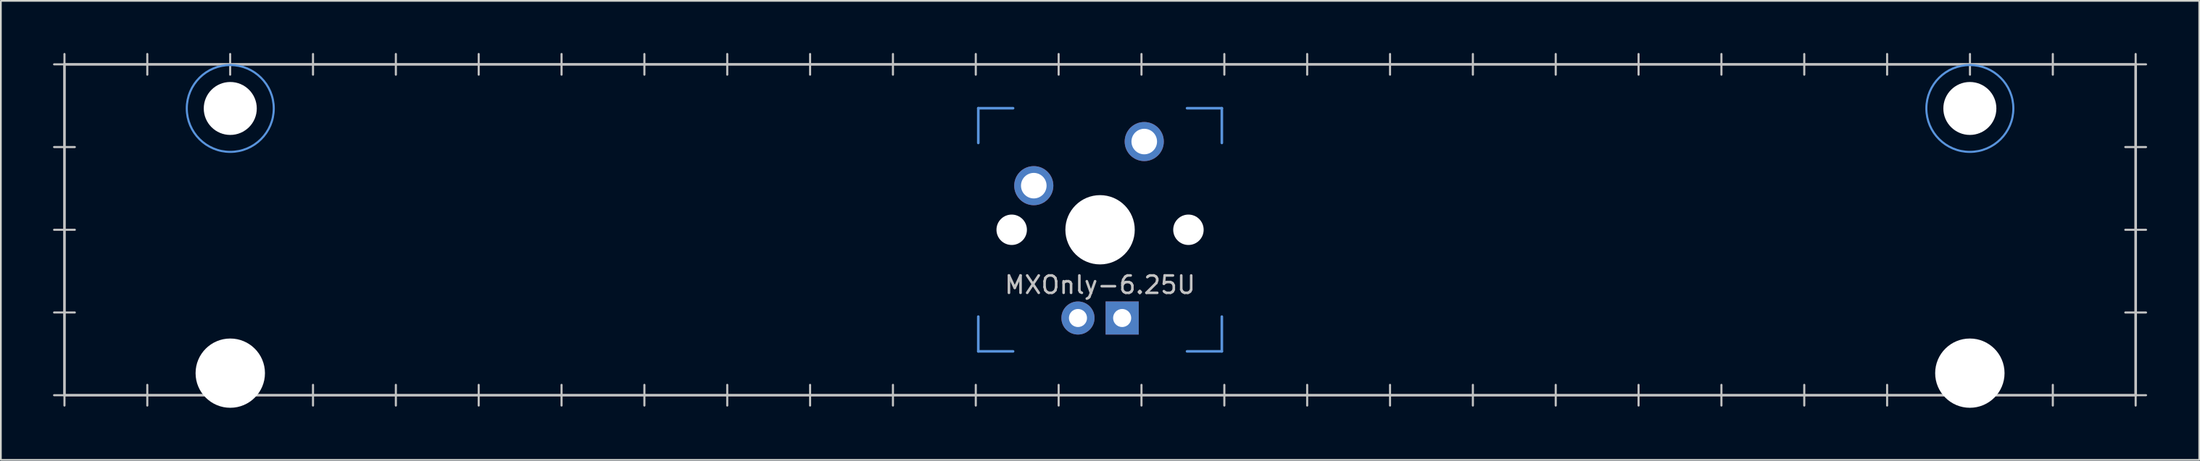
<source format=kicad_pcb>
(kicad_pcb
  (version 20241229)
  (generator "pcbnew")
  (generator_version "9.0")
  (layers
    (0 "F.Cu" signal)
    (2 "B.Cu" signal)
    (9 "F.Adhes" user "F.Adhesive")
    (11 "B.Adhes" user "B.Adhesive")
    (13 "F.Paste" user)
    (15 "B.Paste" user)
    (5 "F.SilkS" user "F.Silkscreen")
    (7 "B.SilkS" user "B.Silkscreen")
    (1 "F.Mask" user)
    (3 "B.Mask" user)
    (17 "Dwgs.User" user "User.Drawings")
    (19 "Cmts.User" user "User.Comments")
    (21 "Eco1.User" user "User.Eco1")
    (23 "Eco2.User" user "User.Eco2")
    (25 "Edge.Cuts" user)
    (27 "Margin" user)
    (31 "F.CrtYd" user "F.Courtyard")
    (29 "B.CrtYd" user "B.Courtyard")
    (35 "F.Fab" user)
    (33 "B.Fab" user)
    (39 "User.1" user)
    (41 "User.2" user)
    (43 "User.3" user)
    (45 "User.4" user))
  (footprint "MXOnly-6.25U"
    (layer "F.Cu")
    (at 60.187 10.18)
    (property "Reference" "MXOnly-6.25U" (at 0 3.175 0) (layer "Dwgs.User") (effects (font (size 1 1) (thickness 0.15))))
    (attr through_hole)
    (fp_line (start -60.127 -9.525) (end -59.531 -9.525) (stroke (width 0.12) (type solid)) (layer "Dwgs.User"))
    (fp_line (start -60.127 -0.000008) (end -58.936 -0.000008) (stroke (width 0.12) (type solid)) (layer "Dwgs.User"))
    (fp_line (start -60.127 4.762) (end -58.936 4.762) (stroke (width 0.12) (type solid)) (layer "Dwgs.User"))
    (fp_line (start -60.127 9.525) (end -59.531 9.525) (stroke (width 0.12) (type solid)) (layer "Dwgs.User"))
    (fp_line (start -59.531 10.12) (end -59.531 9.525) (stroke (width 0.12) (type solid)) (layer "Dwgs.User"))
    (fp_line (start -59.531 -10.12) (end -59.531 -9.525) (stroke (width 0.12) (type solid)) (layer "Dwgs.User"))
    (fp_line (start -59.531 -9.525) (end 59.531 -9.525) (stroke (width 0.15) (type solid)) (layer "Dwgs.User"))
    (fp_line (start -59.531 9.525) (end -59.531 -9.525) (stroke (width 0.15) (type solid)) (layer "Dwgs.User"))
    (fp_line (start -59.531 9.525) (end 59.531 9.525) (stroke (width 0.15) (type solid)) (layer "Dwgs.User"))
    (fp_line (start -58.936 -4.763) (end -60.127 -4.763) (stroke (width 0.12) (type solid)) (layer "Dwgs.User"))
    (fp_line (start -54.769 8.93) (end -54.769 10.12) (stroke (width 0.12) (type solid)) (layer "Dwgs.User"))
    (fp_line (start -54.769 -10.12) (end -54.769 -8.93) (stroke (width 0.12) (type solid)) (layer "Dwgs.User"))
    (fp_line (start -50.006 8.93) (end -50.006 10.12) (stroke (width 0.12) (type solid)) (layer "Dwgs.User"))
    (fp_line (start -50.006 -10.12) (end -50.006 -8.93) (stroke (width 0.12) (type solid)) (layer "Dwgs.User"))
    (fp_line (start -45.244 10.12) (end -45.244 8.93) (stroke (width 0.12) (type solid)) (layer "Dwgs.User"))
    (fp_line (start -45.244 -8.93) (end -45.244 -10.12) (stroke (width 0.12) (type solid)) (layer "Dwgs.User"))
    (fp_line (start -40.481 8.93) (end -40.481 10.12) (stroke (width 0.12) (type solid)) (layer "Dwgs.User"))
    (fp_line (start -40.481 -10.12) (end -40.481 -8.93) (stroke (width 0.12) (type solid)) (layer "Dwgs.User"))
    (fp_line (start -35.719 10.12) (end -35.719 8.93) (stroke (width 0.12) (type solid)) (layer "Dwgs.User"))
    (fp_line (start -35.719 -8.93) (end -35.719 -10.12) (stroke (width 0.12) (type solid)) (layer "Dwgs.User"))
    (fp_line (start -30.956 8.93) (end -30.956 10.12) (stroke (width 0.12) (type solid)) (layer "Dwgs.User"))
    (fp_line (start -30.956 -10.12) (end -30.956 -8.93) (stroke (width 0.12) (type solid)) (layer "Dwgs.User"))
    (fp_line (start -26.194 10.12) (end -26.194 8.93) (stroke (width 0.12) (type solid)) (layer "Dwgs.User"))
    (fp_line (start -26.194 -8.93) (end -26.194 -10.12) (stroke (width 0.12) (type solid)) (layer "Dwgs.User"))
    (fp_line (start -21.431 8.93) (end -21.431 10.12) (stroke (width 0.12) (type solid)) (layer "Dwgs.User"))
    (fp_line (start -21.431 -10.12) (end -21.431 -8.93) (stroke (width 0.12) (type solid)) (layer "Dwgs.User"))
    (fp_line (start -16.669 10.12) (end -16.669 8.93) (stroke (width 0.12) (type solid)) (layer "Dwgs.User"))
    (fp_line (start -16.669 -8.93) (end -16.669 -10.12) (stroke (width 0.12) (type solid)) (layer "Dwgs.User"))
    (fp_line (start -11.906 8.93) (end -11.906 10.12) (stroke (width 0.12) (type solid)) (layer "Dwgs.User"))
    (fp_line (start -11.906 -10.12) (end -11.906 -8.93) (stroke (width 0.12) (type solid)) (layer "Dwgs.User"))
    (fp_line (start -7.144 10.12) (end -7.144 8.93) (stroke (width 0.12) (type solid)) (layer "Dwgs.User"))
    (fp_line (start -7.144 -8.93) (end -7.144 -10.12) (stroke (width 0.12) (type solid)) (layer "Dwgs.User"))
    (fp_line (start -2.381 -8.93) (end -2.381 -10.12) (stroke (width 0.12) (type solid)) (layer "Dwgs.User"))
    (fp_line (start -2.381 10.12) (end -2.381 8.93) (stroke (width 0.12) (type solid)) (layer "Dwgs.User"))
    (fp_line (start 2.381 -10.12) (end 2.381 -8.93) (stroke (width 0.12) (type solid)) (layer "Dwgs.User"))
    (fp_line (start 2.381 8.93) (end 2.381 10.12) (stroke (width 0.12) (type solid)) (layer "Dwgs.User"))
    (fp_line (start 7.144 -8.93) (end 7.144 -10.12) (stroke (width 0.12) (type solid)) (layer "Dwgs.User"))
    (fp_line (start 7.144 10.12) (end 7.144 8.93) (stroke (width 0.12) (type solid)) (layer "Dwgs.User"))
    (fp_line (start 11.906 -10.12) (end 11.906 -8.93) (stroke (width 0.12) (type solid)) (layer "Dwgs.User"))
    (fp_line (start 11.906 8.93) (end 11.906 10.12) (stroke (width 0.12) (type solid)) (layer "Dwgs.User"))
    (fp_line (start 16.669 -8.93) (end 16.669 -10.12) (stroke (width 0.12) (type solid)) (layer "Dwgs.User"))
    (fp_line (start 16.669 10.12) (end 16.669 8.93) (stroke (width 0.12) (type solid)) (layer "Dwgs.User"))
    (fp_line (start 21.431 -10.12) (end 21.431 -8.93) (stroke (width 0.12) (type solid)) (layer "Dwgs.User"))
    (fp_line (start 21.431 8.93) (end 21.431 10.12) (stroke (width 0.12) (type solid)) (layer "Dwgs.User"))
    (fp_line (start 26.194 -8.93) (end 26.194 -10.12) (stroke (width 0.12) (type solid)) (layer "Dwgs.User"))
    (fp_line (start 26.194 10.12) (end 26.194 8.93) (stroke (width 0.12) (type solid)) (layer "Dwgs.User"))
    (fp_line (start 30.956 -10.12) (end 30.956 -8.93) (stroke (width 0.12) (type solid)) (layer "Dwgs.User"))
    (fp_line (start 30.956 8.93) (end 30.956 10.12) (stroke (width 0.12) (type solid)) (layer "Dwgs.User"))
    (fp_line (start 35.719 -8.93) (end 35.719 -10.12) (stroke (width 0.12) (type solid)) (layer "Dwgs.User"))
    (fp_line (start 35.719 10.12) (end 35.719 8.93) (stroke (width 0.12) (type solid)) (layer "Dwgs.User"))
    (fp_line (start 40.481 -10.12) (end 40.481 -8.93) (stroke (width 0.12) (type solid)) (layer "Dwgs.User"))
    (fp_line (start 40.481 8.93) (end 40.481 10.12) (stroke (width 0.12) (type solid)) (layer "Dwgs.User"))
    (fp_line (start 45.244 -8.93) (end 45.244 -10.12) (stroke (width 0.12) (type solid)) (layer "Dwgs.User"))
    (fp_line (start 45.244 10.12) (end 45.244 8.93) (stroke (width 0.12) (type solid)) (layer "Dwgs.User"))
    (fp_line (start 50.006 -10.12) (end 50.006 -8.93) (stroke (width 0.12) (type solid)) (layer "Dwgs.User"))
    (fp_line (start 50.006 8.93) (end 50.006 10.12) (stroke (width 0.12) (type solid)) (layer "Dwgs.User"))
    (fp_line (start 54.769 -8.93) (end 54.769 -10.12) (stroke (width 0.12) (type solid)) (layer "Dwgs.User"))
    (fp_line (start 54.769 10.12) (end 54.769 8.93) (stroke (width 0.12) (type solid)) (layer "Dwgs.User"))
    (fp_line (start 58.936 4.763) (end 60.127 4.763) (stroke (width 0.12) (type solid)) (layer "Dwgs.User"))
    (fp_line (start 59.531 -9.525) (end 59.531 9.525) (stroke (width 0.15) (type solid)) (layer "Dwgs.User"))
    (fp_line (start 59.531 10.12) (end 59.531 9.525) (stroke (width 0.12) (type solid)) (layer "Dwgs.User"))
    (fp_line (start 59.531 -10.12) (end 59.531 -9.525) (stroke (width 0.12) (type solid)) (layer "Dwgs.User"))
    (fp_line (start 60.127 -9.525) (end 59.531 -9.525) (stroke (width 0.12) (type solid)) (layer "Dwgs.User"))
    (fp_line (start 60.127 -4.763) (end 58.936 -4.763) (stroke (width 0.12) (type solid)) (layer "Dwgs.User"))
    (fp_line (start 60.127 0) (end 58.936 0) (stroke (width 0.12) (type solid)) (layer "Dwgs.User"))
    (fp_line (start 60.127 9.525) (end 59.531 9.525) (stroke (width 0.12) (type solid)) (layer "Dwgs.User"))
    (fp_line (start -7 -7) (end -7 -5) (stroke (width 0.15) (type solid)) (layer "Cmts.User"))
    (fp_line (start -7 7) (end -7 5) (stroke (width 0.15) (type solid)) (layer "Cmts.User"))
    (fp_line (start -5 -7) (end -7 -7) (stroke (width 0.15) (type solid)) (layer "Cmts.User"))
    (fp_line (start -5 7) (end -7 7) (stroke (width 0.15) (type solid)) (layer "Cmts.User"))
    (fp_line (start 5 -7) (end 7 -7) (stroke (width 0.15) (type solid)) (layer "Cmts.User"))
    (fp_line (start 7 -7) (end 7 -5) (stroke (width 0.15) (type solid)) (layer "Cmts.User"))
    (fp_line (start 7 5) (end 7 7) (stroke (width 0.15) (type solid)) (layer "Cmts.User"))
    (fp_line (start 7 7) (end 5 7) (stroke (width 0.15) (type solid)) (layer "Cmts.User"))
    (fp_circle (center -50 -6.985) (end -47.5 -6.985) (stroke (width 0.12) (type solid)) (fill no) (layer "Cmts.User"))
    (fp_circle (center 50 -6.985) (end 52.5 -6.985) (stroke (width 0.12) (type solid)) (fill no) (layer "Cmts.User"))
    (pad "" np_thru_hole circle (at -50 -6.985) (size 3.048 3.048) (drill 3.048) (layers "*.Cu" "*.Mask"))
    (pad "" np_thru_hole circle (at -50 8.255) (size 3.988 3.988) (drill 3.988) (layers "*.Cu" "*.Mask"))
    (pad "" np_thru_hole circle (at -5.08 0 48.1) (size 1.75 1.75) (drill 1.75) (layers "*.Cu" "*.Mask"))
    (pad "" np_thru_hole circle (at 0 0) (size 3.988 3.988) (drill 3.988) (layers "*.Cu" "*.Mask"))
    (pad "" np_thru_hole circle (at 5.08 0 48.1) (size 1.75 1.75) (drill 1.75) (layers "*.Cu" "*.Mask"))
    (pad "" np_thru_hole circle (at 50 8.255) (size 3.988 3.988) (drill 3.988) (layers "*.Cu" "*.Mask"))
    (pad "" np_thru_hole circle (at 50 -6.985) (size 3.048 3.048) (drill 3.048) (layers "*.Cu" "*.Mask"))
    (pad "1" thru_hole circle (at -3.81 -2.54) (size 2.25 2.25) (drill 1.47) (layers "*.Cu" "B.Mask"))
    (pad "2" thru_hole circle (at 2.54 -5.08) (size 2.25 2.25) (drill 1.47) (layers "*.Cu" "B.Mask"))
    (pad "3" thru_hole circle (at -1.27 5.08) (size 1.905 1.905) (drill 1.04) (layers "*.Cu" "B.Mask"))
    (pad "4" thru_hole rect (at 1.27 5.08) (size 1.905 1.905) (drill 1.04) (layers "*.Cu" "B.Mask")))
  (gr_rect
    (start -3 -3)
    (end 123.373 23.429)
    (stroke (width 0.1) (type default))
    (fill no)
    (layer "Edge.Cuts")))
</source>
